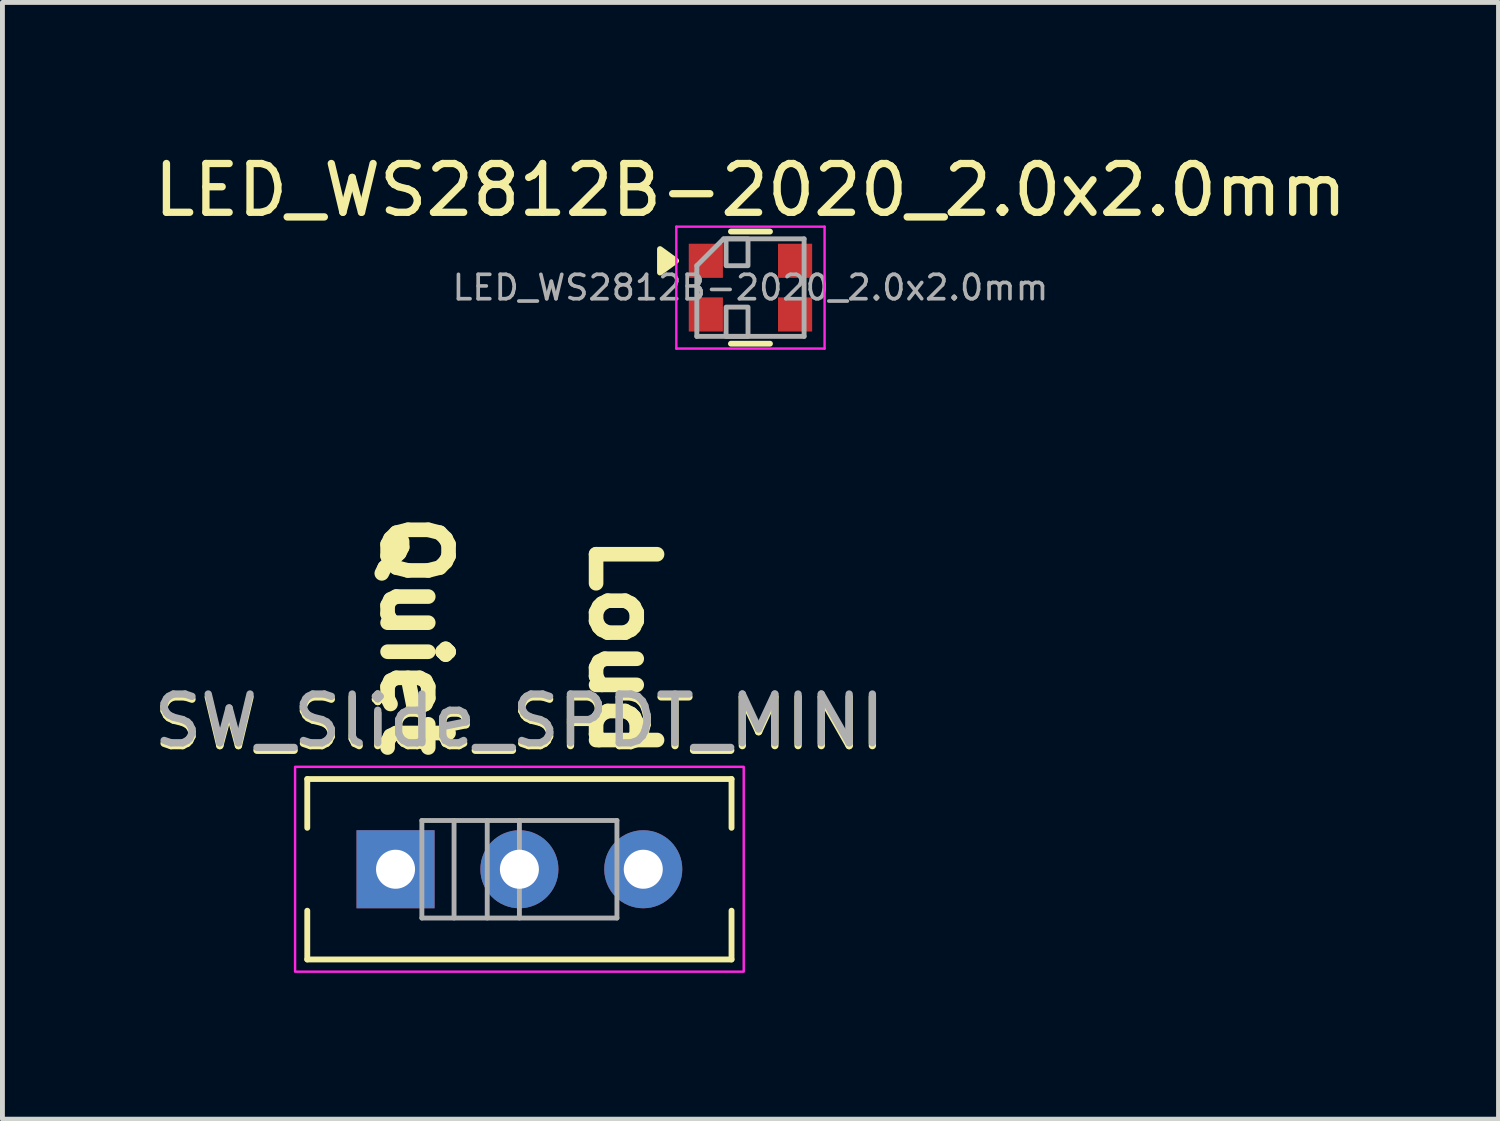
<source format=kicad_pcb>
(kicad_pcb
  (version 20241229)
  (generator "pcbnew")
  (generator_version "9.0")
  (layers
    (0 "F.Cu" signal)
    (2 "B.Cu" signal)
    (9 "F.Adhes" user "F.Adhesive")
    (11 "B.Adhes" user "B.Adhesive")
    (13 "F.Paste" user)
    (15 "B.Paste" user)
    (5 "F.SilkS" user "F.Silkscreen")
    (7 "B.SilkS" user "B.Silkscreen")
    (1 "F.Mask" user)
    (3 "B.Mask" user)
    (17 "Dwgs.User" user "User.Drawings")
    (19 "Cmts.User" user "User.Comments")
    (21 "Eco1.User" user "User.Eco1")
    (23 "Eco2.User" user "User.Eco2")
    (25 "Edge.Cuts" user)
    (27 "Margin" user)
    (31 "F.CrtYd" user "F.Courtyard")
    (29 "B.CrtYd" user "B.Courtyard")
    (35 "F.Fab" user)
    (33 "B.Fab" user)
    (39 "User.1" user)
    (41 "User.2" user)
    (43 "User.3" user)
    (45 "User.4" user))
  (footprint "SW_Slide_SPDT_MINI"
    (layer "F.Cu")
    (at 7.601 14.775)
    (property "Reference" "SW_Slide_SPDT_MINI" (at 0 -2.99 0) (layer "F.SilkS") (effects (font (size 1 1) (thickness 0.15))))
    (property "Loud" "Loud" (at 2.135 -2.155 270) (unlocked yes) (layer "F.SilkS") (effects (font (size 1.25 1.25) (thickness 0.3) (bold yes)) (justify right)))
    (property "Quiet" "Quiet" (at -2.14 -2.18 270) (unlocked yes) (layer "F.SilkS") (effects (font (size 1.25 1.25) (thickness 0.3) (bold yes)) (justify right)))
    (attr through_hole)
    (fp_line (start -4.35 -1.85) (end -4.35 -0.85) (stroke (width 0.12) (type default)) (layer "F.SilkS"))
    (fp_line (start -4.35 -1.85) (end 4.35 -1.85) (stroke (width 0.12) (type solid)) (layer "F.SilkS"))
    (fp_line (start -4.35 0.85) (end -4.35 1.85) (stroke (width 0.12) (type default)) (layer "F.SilkS"))
    (fp_line (start -4.35 1.85) (end 4.35 1.85) (stroke (width 0.12) (type solid)) (layer "F.SilkS"))
    (fp_line (start 4.35 -1.85) (end 4.35 -0.85) (stroke (width 0.12) (type default)) (layer "F.SilkS"))
    (fp_line (start 4.35 0.85) (end 4.35 1.85) (stroke (width 0.12) (type default)) (layer "F.SilkS"))
    (fp_rect (start -4.6 -2.1) (end 4.6 2.1) (stroke (width 0.05) (type default)) (fill no) (layer "F.CrtYd"))
    (fp_line (start -2 -1) (end -2 1) (stroke (width 0.1) (type solid)) (layer "F.Fab"))
    (fp_line (start -2 -1) (end 2 -1) (stroke (width 0.1) (type solid)) (layer "F.Fab"))
    (fp_line (start -2 1) (end 2 1) (stroke (width 0.1) (type solid)) (layer "F.Fab"))
    (fp_line (start -1.34 -1) (end -1.34 1) (stroke (width 0.1) (type solid)) (layer "F.Fab"))
    (fp_line (start -0.66 -1) (end -0.66 1) (stroke (width 0.1) (type solid)) (layer "F.Fab"))
    (fp_line (start 0 -1) (end 0 1) (stroke (width 0.1) (type solid)) (layer "F.Fab"))
    (fp_line (start 2 -1) (end 2 1) (stroke (width 0.1) (type solid)) (layer "F.Fab"))
    (fp_text user "${REFERENCE}" (at 0 -3.048 0) (layer "F.Fab") (effects (font (size 1 1) (thickness 0.15))))
    (pad "1" thru_hole rect (at -2.54 0) (size 1.6 1.6) (drill 0.8) (layers "*.Cu" "*.Mask"))
    (pad "2" thru_hole oval (at 0 0) (size 1.6 1.6) (drill 0.8) (layers "*.Cu" "*.Mask"))
    (pad "3" thru_hole oval (at 2.54 0) (size 1.6 1.6) (drill 0.8) (layers "*.Cu" "*.Mask")))
  (footprint "LED_WS2812B-2020_2.0x2.0mm"
    (layer "F.Cu")
    (at 12.339 2.848)
    (property "Reference" "LED_WS2812B-2020_2.0x2.0mm" (at 0 -2 0) (layer "F.SilkS") (effects (font (size 1 1) (thickness 0.15))))
    (attr smd)
    (fp_line (start -0.4 -1.15) (end 0.4 -1.15) (stroke (width 0.12) (type solid)) (layer "F.SilkS"))
    (fp_line (start -0.4 1.15) (end 0.4 1.15) (stroke (width 0.12) (type solid)) (layer "F.SilkS"))
    (fp_poly (pts (xy -1.525 -0.55) (xy -1.855 -0.31) (xy -1.855 -0.79) (xy -1.525 -0.55)) (stroke (width 0.12) (type solid)) (fill yes) (layer "F.SilkS"))
    (fp_line (start -1.52 -1.25) (end -1.52 1.25) (stroke (width 0.05) (type solid)) (layer "F.CrtYd"))
    (fp_line (start -1.52 1.25) (end 1.52 1.25) (stroke (width 0.05) (type solid)) (layer "F.CrtYd"))
    (fp_line (start 1.52 -1.25) (end -1.52 -1.25) (stroke (width 0.05) (type solid)) (layer "F.CrtYd"))
    (fp_line (start 1.52 1.25) (end 1.52 -1.25) (stroke (width 0.05) (type solid)) (layer "F.CrtYd"))
    (fp_line (start -1.1 -0.45) (end -1.1 1) (stroke (width 0.1) (type solid)) (layer "F.Fab"))
    (fp_line (start -1.1 1) (end 1.1 1) (stroke (width 0.1) (type solid)) (layer "F.Fab"))
    (fp_line (start -0.55 -1) (end -1.1 -0.45) (stroke (width 0.1) (type solid)) (layer "F.Fab"))
    (fp_line (start 1.1 -1) (end -0.55 -1) (stroke (width 0.1) (type solid)) (layer "F.Fab"))
    (fp_line (start 1.1 -1) (end 1.1 1) (stroke (width 0.1) (type solid)) (layer "F.Fab"))
    (fp_rect (start -0.5 -1) (end -0.05 -0.45) (stroke (width 0.1) (type solid)) (fill no) (layer "F.Fab"))
    (fp_rect (start -0.5 0.4) (end -0.05 1) (stroke (width 0.1) (type solid)) (fill no) (layer "F.Fab"))
    (fp_text user "${REFERENCE}" (at 0 0 0) (layer "F.Fab") (effects (font (size 0.5 0.5) (thickness 0.075))))
    (pad "1" smd rect (at -0.915 -0.55) (size 0.7 0.7) (layers "F.Cu" "F.Mask" "F.Paste"))
    (pad "2" smd rect (at -0.915 0.55) (size 0.7 0.7) (layers "F.Cu" "F.Mask" "F.Paste"))
    (pad "3" smd rect (at 0.915 0.55) (size 0.7 0.7) (layers "F.Cu" "F.Mask" "F.Paste"))
    (pad "4" smd rect (at 0.915 -0.55) (size 0.7 0.7) (layers "F.Cu" "F.Mask" "F.Paste")))
  (gr_rect
    (start -3 -3)
    (end 27.679 19.9)
    (stroke (width 0.1) (type default))
    (fill no)
    (layer "Edge.Cuts")))
</source>
